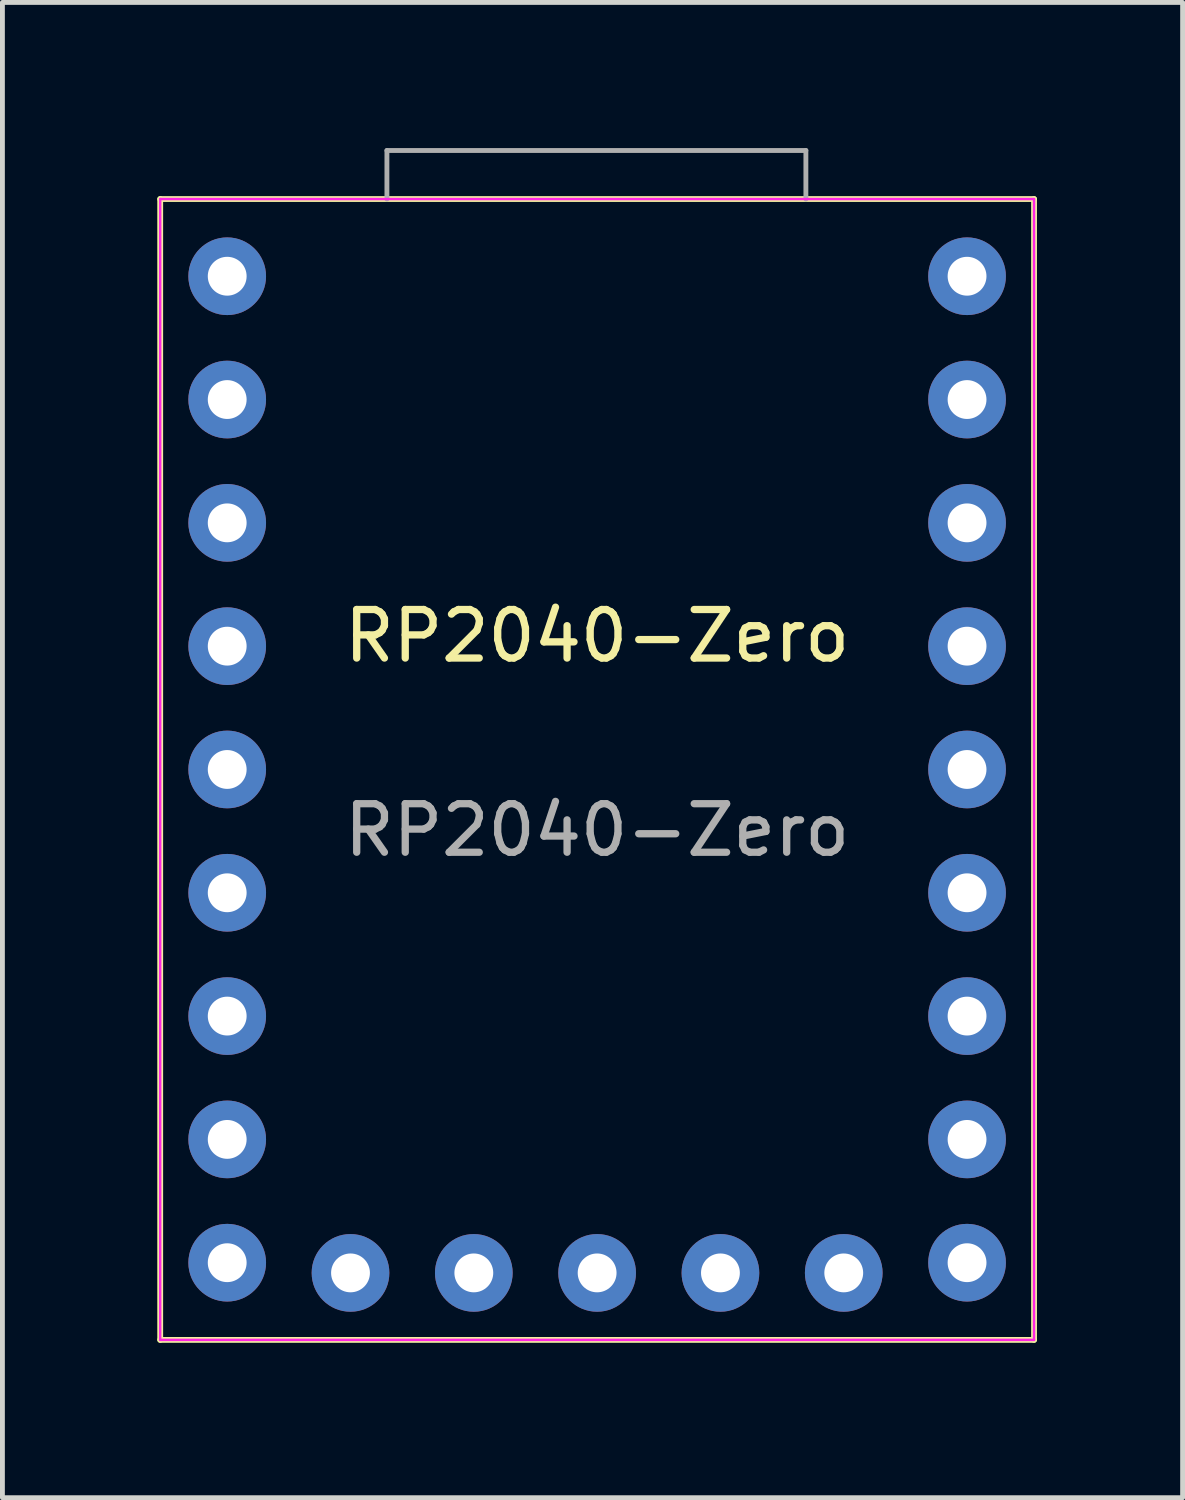
<source format=kicad_pcb>
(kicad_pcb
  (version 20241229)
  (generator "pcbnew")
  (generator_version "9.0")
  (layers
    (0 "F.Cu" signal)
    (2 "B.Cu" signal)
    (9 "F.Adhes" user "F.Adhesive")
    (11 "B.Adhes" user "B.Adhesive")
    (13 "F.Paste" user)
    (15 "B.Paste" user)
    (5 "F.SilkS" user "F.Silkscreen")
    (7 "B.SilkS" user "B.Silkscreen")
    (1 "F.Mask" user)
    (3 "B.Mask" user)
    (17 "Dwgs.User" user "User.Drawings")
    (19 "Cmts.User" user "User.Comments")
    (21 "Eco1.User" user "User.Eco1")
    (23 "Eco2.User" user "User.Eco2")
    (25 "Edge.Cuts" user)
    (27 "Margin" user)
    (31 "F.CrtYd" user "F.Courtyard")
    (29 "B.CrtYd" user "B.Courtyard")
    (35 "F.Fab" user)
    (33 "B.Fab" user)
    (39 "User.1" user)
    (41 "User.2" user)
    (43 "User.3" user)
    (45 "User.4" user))
  (footprint "RP2040-Zero"
    (layer "F.Cu")
    (at 0.25 24.55)
    (property "Reference" "RP2040-Zero" (at 9 -14.5 0) (unlocked yes) (layer "F.SilkS") (effects (font (size 1 1) (thickness 0.15))))
    (attr through_hole)
    (fp_line (start 0 -23.5) (end 0 0) (stroke (width 0.12) (type solid)) (layer "F.SilkS"))
    (fp_line (start 0 0) (end 18 0) (stroke (width 0.12) (type solid)) (layer "F.SilkS"))
    (fp_line (start 18 -23.5) (end 0 -23.5) (stroke (width 0.12) (type solid)) (layer "F.SilkS"))
    (fp_line (start 18 0) (end 18 -23.5) (stroke (width 0.12) (type solid)) (layer "F.SilkS"))
    (fp_line (start 0 -23.5) (end 18 -23.5) (stroke (width 0.05) (type solid)) (layer "F.CrtYd"))
    (fp_line (start 0 0) (end 0 -23.5) (stroke (width 0.05) (type solid)) (layer "F.CrtYd"))
    (fp_line (start 18 -23.5) (end 18 0) (stroke (width 0.05) (type solid)) (layer "F.CrtYd"))
    (fp_line (start 18 0) (end 0 0) (stroke (width 0.05) (type solid)) (layer "F.CrtYd"))
    (fp_line (start 4.67 -24.5) (end 4.67 -23.5) (stroke (width 0.1) (type solid)) (layer "F.Fab"))
    (fp_line (start 4.67 -24.5) (end 13.3 -24.5) (stroke (width 0.1) (type solid)) (layer "F.Fab"))
    (fp_line (start 13.3 -24.5) (end 13.3 -23.5) (stroke (width 0.1) (type solid)) (layer "F.Fab"))
    (fp_text user "${REFERENCE}" (at 9 -10.5 0) (unlocked yes) (layer "F.Fab") (effects (font (size 1 1) (thickness 0.15))))
    (pad "1" thru_hole circle (at 16.62 -21.91) (size 1.6 1.6) (drill 0.8) (layers "*.Cu" "*.Mask"))
    (pad "2" thru_hole circle (at 16.62 -19.37) (size 1.6 1.6) (drill 0.8) (layers "*.Cu" "*.Mask"))
    (pad "3" thru_hole circle (at 16.62 -16.83) (size 1.6 1.6) (drill 0.8) (layers "*.Cu" "*.Mask"))
    (pad "4" thru_hole circle (at 16.62 -14.29) (size 1.6 1.6) (drill 0.8) (layers "*.Cu" "*.Mask"))
    (pad "5" thru_hole circle (at 16.62 -11.75) (size 1.6 1.6) (drill 0.8) (layers "*.Cu" "*.Mask"))
    (pad "6" thru_hole circle (at 16.62 -9.21) (size 1.6 1.6) (drill 0.8) (layers "*.Cu" "*.Mask"))
    (pad "7" thru_hole circle (at 16.62 -6.67) (size 1.6 1.6) (drill 0.8) (layers "*.Cu" "*.Mask"))
    (pad "8" thru_hole circle (at 16.62 -4.13) (size 1.6 1.6) (drill 0.8) (layers "*.Cu" "*.Mask"))
    (pad "9" thru_hole circle (at 16.62 -1.59) (size 1.6 1.6) (drill 0.8) (layers "*.Cu" "*.Mask"))
    (pad "10" thru_hole circle (at 14.08 -1.38) (size 1.6 1.6) (drill 0.8) (layers "*.Cu" "*.Mask"))
    (pad "11" thru_hole circle (at 11.54 -1.38) (size 1.6 1.6) (drill 0.8) (layers "*.Cu" "*.Mask"))
    (pad "12" thru_hole circle (at 9 -1.38) (size 1.6 1.6) (drill 0.8) (layers "*.Cu" "*.Mask"))
    (pad "13" thru_hole circle (at 6.46 -1.38) (size 1.6 1.6) (drill 0.8) (layers "*.Cu" "*.Mask"))
    (pad "14" thru_hole circle (at 3.92 -1.38) (size 1.6 1.6) (drill 0.8) (layers "*.Cu" "*.Mask"))
    (pad "15" thru_hole circle (at 1.38 -1.59) (size 1.6 1.6) (drill 0.8) (layers "*.Cu" "*.Mask"))
    (pad "16" thru_hole circle (at 1.38 -4.13) (size 1.6 1.6) (drill 0.8) (layers "*.Cu" "*.Mask"))
    (pad "17" thru_hole circle (at 1.38 -6.67) (size 1.6 1.6) (drill 0.8) (layers "*.Cu" "*.Mask"))
    (pad "18" thru_hole circle (at 1.38 -9.21) (size 1.6 1.6) (drill 0.8) (layers "*.Cu" "*.Mask"))
    (pad "19" thru_hole circle (at 1.38 -11.75) (size 1.6 1.6) (drill 0.8) (layers "*.Cu" "*.Mask"))
    (pad "20" thru_hole circle (at 1.38 -14.29) (size 1.6 1.6) (drill 0.8) (layers "*.Cu" "*.Mask"))
    (pad "21" thru_hole circle (at 1.38 -16.83) (size 1.6 1.6) (drill 0.8) (layers "*.Cu" "*.Mask"))
    (pad "22" thru_hole circle (at 1.38 -21.91) (size 1.6 1.6) (drill 0.8) (layers "*.Cu" "*.Mask"))
    (pad "23" thru_hole circle (at 1.38 -19.37) (size 1.6 1.6) (drill 0.8) (layers "*.Cu" "*.Mask")))
  (gr_rect
    (start -3 -3)
    (end 21.31 27.8)
    (stroke (width 0.1) (type default))
    (fill no)
    (layer "Edge.Cuts")))
</source>
